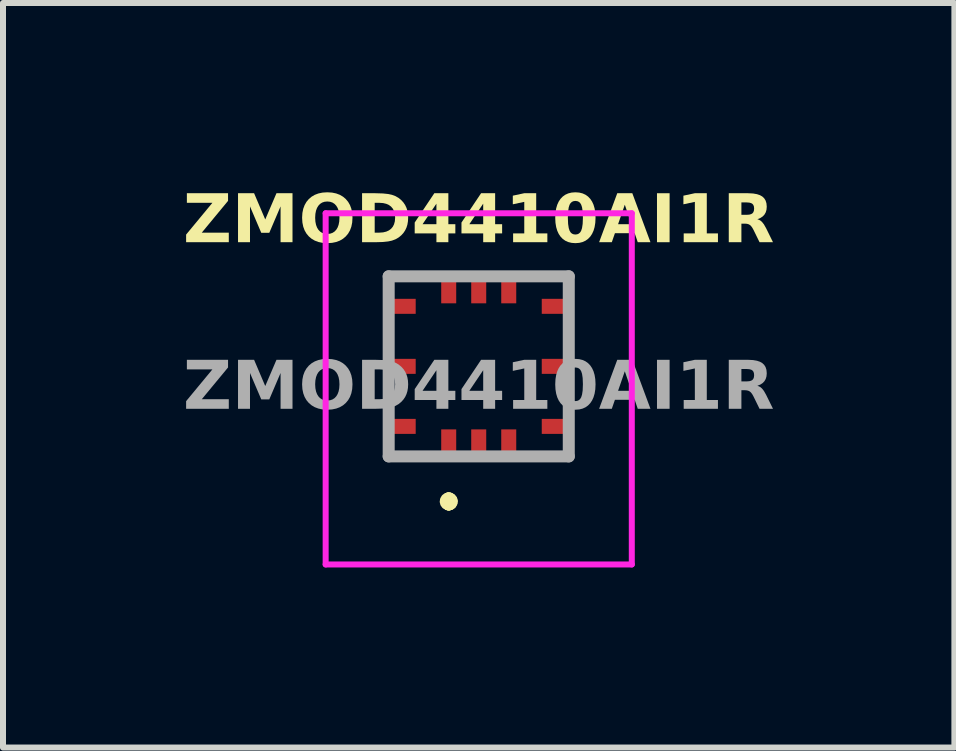
<source format=kicad_pcb>
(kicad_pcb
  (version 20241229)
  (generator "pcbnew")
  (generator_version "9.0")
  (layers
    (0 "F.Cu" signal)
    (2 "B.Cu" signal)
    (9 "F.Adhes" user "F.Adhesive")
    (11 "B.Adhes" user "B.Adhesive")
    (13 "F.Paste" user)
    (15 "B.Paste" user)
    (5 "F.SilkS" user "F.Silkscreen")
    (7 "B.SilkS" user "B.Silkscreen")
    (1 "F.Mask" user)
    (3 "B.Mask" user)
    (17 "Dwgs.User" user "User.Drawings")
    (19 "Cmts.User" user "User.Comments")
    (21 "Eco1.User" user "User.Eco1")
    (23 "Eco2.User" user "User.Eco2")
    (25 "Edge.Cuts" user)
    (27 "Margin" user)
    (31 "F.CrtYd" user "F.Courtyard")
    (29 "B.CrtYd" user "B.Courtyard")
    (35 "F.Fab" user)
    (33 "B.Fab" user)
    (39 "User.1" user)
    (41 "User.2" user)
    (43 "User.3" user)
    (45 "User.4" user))
  (footprint "ZMOD4410AI1R"
    (layer "F.Cu")
    (at 4.925 3.053)
    (property "Reference" "ZMOD4410AI1R" (at 0 -2.4 0) (layer "F.SilkS") (effects (font (face "JetBrains Mono SemiBold") (size 0.8 0.8) (thickness 0.1))))
    (attr smd)
    (fp_line (start -1.5 -1.5) (end -1.5 -1.5) (stroke (width 0.1) (type solid)) (layer "F.SilkS"))
    (fp_line (start -1.5 -1.5) (end -1 -1.5) (stroke (width 0.1) (type solid)) (layer "F.SilkS"))
    (fp_line (start -1.5 1.5) (end -1.5 1.5) (stroke (width 0.1) (type solid)) (layer "F.SilkS"))
    (fp_line (start -1.5 1.5) (end -1 1.5) (stroke (width 0.1) (type solid)) (layer "F.SilkS"))
    (fp_line (start -1 -1.5) (end -1.5 -1.5) (stroke (width 0.1) (type solid)) (layer "F.SilkS"))
    (fp_line (start -1 -1.5) (end -1 -1.5) (stroke (width 0.1) (type solid)) (layer "F.SilkS"))
    (fp_line (start -1 1.5) (end -1.5 1.5) (stroke (width 0.1) (type solid)) (layer "F.SilkS"))
    (fp_line (start -1 1.5) (end -1 1.5) (stroke (width 0.1) (type solid)) (layer "F.SilkS"))
    (fp_line (start -0.5 2.2) (end -0.5 2.2) (stroke (width 0.2) (type solid)) (layer "F.SilkS"))
    (fp_line (start -0.5 2.3) (end -0.5 2.3) (stroke (width 0.2) (type solid)) (layer "F.SilkS"))
    (fp_line (start -0.5 2.3) (end -0.5 2.3) (stroke (width 0.2) (type solid)) (layer "F.SilkS"))
    (fp_line (start 1 -1.5) (end 1 -1.5) (stroke (width 0.1) (type solid)) (layer "F.SilkS"))
    (fp_line (start 1 -1.5) (end 1.5 -1.5) (stroke (width 0.1) (type solid)) (layer "F.SilkS"))
    (fp_line (start 1 1.5) (end 1 1.5) (stroke (width 0.1) (type solid)) (layer "F.SilkS"))
    (fp_line (start 1 1.5) (end 1.5 1.5) (stroke (width 0.1) (type solid)) (layer "F.SilkS"))
    (fp_line (start 1.5 -1.5) (end 1 -1.5) (stroke (width 0.1) (type solid)) (layer "F.SilkS"))
    (fp_line (start 1.5 -1.5) (end 1.5 -1.5) (stroke (width 0.1) (type solid)) (layer "F.SilkS"))
    (fp_line (start 1.5 1.5) (end 1 1.5) (stroke (width 0.1) (type solid)) (layer "F.SilkS"))
    (fp_line (start 1.5 1.5) (end 1.5 1.5) (stroke (width 0.1) (type solid)) (layer "F.SilkS"))
    (fp_arc (start -0.5 2.2) (mid -0.45 2.25) (end -0.5 2.3) (stroke (width 0.2) (type solid)) (layer "F.SilkS"))
    (fp_arc (start -0.5 2.2) (mid -0.45 2.25) (end -0.5 2.3) (stroke (width 0.2) (type solid)) (layer "F.SilkS"))
    (fp_arc (start -0.5 2.3) (mid -0.55 2.25) (end -0.5 2.2) (stroke (width 0.2) (type solid)) (layer "F.SilkS"))
    (fp_line (start -2.55 -2.55) (end 2.55 -2.55) (stroke (width 0.1) (type solid)) (layer "F.CrtYd"))
    (fp_line (start -2.55 3.3) (end -2.55 -2.55) (stroke (width 0.1) (type solid)) (layer "F.CrtYd"))
    (fp_line (start 2.55 -2.55) (end 2.55 3.3) (stroke (width 0.1) (type solid)) (layer "F.CrtYd"))
    (fp_line (start 2.55 3.3) (end -2.55 3.3) (stroke (width 0.1) (type solid)) (layer "F.CrtYd"))
    (fp_line (start -1.5 -1.5) (end -1.5 1.5) (stroke (width 0.2) (type solid)) (layer "F.Fab"))
    (fp_line (start -1.5 1.5) (end 1.5 1.5) (stroke (width 0.2) (type solid)) (layer "F.Fab"))
    (fp_line (start 1.5 -1.5) (end -1.5 -1.5) (stroke (width 0.2) (type solid)) (layer "F.Fab"))
    (fp_line (start 1.5 1.5) (end 1.5 -1.5) (stroke (width 0.2) (type solid)) (layer "F.Fab"))
    (fp_text user "${REFERENCE}" (at 0 0.375 0) (layer "F.Fab") (effects (font (face "JetBrains Mono SemiBold") (size 0.8 0.8) (thickness 0.1))))
    (pad "1" smd rect (at -0.5 1.3) (size 0.25 0.5) (layers "F.Cu" "F.Mask" "F.Paste"))
    (pad "2" smd rect (at 0 1.3) (size 0.25 0.5) (layers "F.Cu" "F.Mask" "F.Paste"))
    (pad "3" smd rect (at 0.5 1.3) (size 0.25 0.5) (layers "F.Cu" "F.Mask" "F.Paste"))
    (pad "4" smd rect (at 1.3 1 90) (size 0.25 0.5) (layers "F.Cu" "F.Mask" "F.Paste"))
    (pad "5" smd rect (at 1.3 0 90) (size 0.25 0.5) (layers "F.Cu" "F.Mask" "F.Paste"))
    (pad "6" smd rect (at 1.3 -1 90) (size 0.25 0.5) (layers "F.Cu" "F.Mask" "F.Paste"))
    (pad "7" smd rect (at 0.5 -1.3) (size 0.25 0.5) (layers "F.Cu" "F.Mask" "F.Paste"))
    (pad "8" smd rect (at 0 -1.3) (size 0.25 0.5) (layers "F.Cu" "F.Mask" "F.Paste"))
    (pad "9" smd rect (at -0.5 -1.3) (size 0.25 0.5) (layers "F.Cu" "F.Mask" "F.Paste"))
    (pad "10" smd rect (at -1.3 -1 90) (size 0.25 0.5) (layers "F.Cu" "F.Mask" "F.Paste"))
    (pad "11" smd rect (at -1.3 0 90) (size 0.25 0.5) (layers "F.Cu" "F.Mask" "F.Paste"))
    (pad "12" smd rect (at -1.3 1 90) (size 0.25 0.5) (layers "F.Cu" "F.Mask" "F.Paste")))
  (gr_rect
    (start -3 -3)
    (end 12.849 9.403)
    (stroke (width 0.1) (type default))
    (fill no)
    (layer "Edge.Cuts")))
</source>
